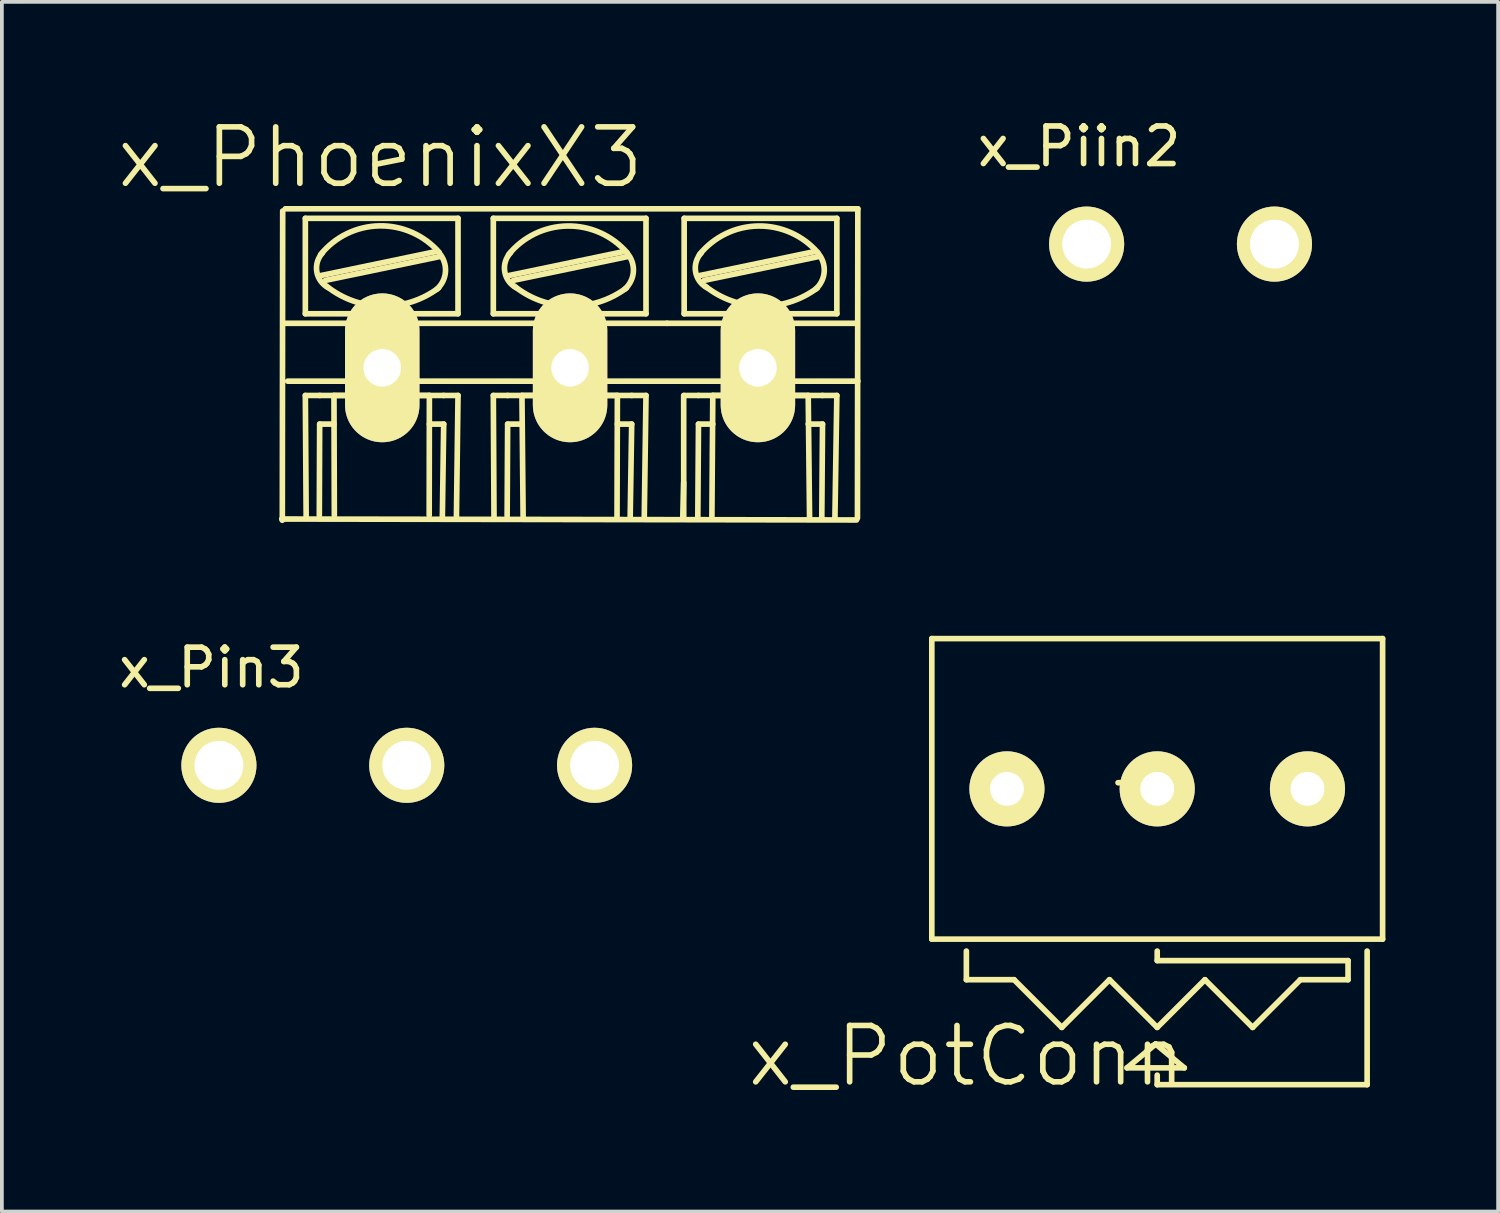
<source format=kicad_pcb>
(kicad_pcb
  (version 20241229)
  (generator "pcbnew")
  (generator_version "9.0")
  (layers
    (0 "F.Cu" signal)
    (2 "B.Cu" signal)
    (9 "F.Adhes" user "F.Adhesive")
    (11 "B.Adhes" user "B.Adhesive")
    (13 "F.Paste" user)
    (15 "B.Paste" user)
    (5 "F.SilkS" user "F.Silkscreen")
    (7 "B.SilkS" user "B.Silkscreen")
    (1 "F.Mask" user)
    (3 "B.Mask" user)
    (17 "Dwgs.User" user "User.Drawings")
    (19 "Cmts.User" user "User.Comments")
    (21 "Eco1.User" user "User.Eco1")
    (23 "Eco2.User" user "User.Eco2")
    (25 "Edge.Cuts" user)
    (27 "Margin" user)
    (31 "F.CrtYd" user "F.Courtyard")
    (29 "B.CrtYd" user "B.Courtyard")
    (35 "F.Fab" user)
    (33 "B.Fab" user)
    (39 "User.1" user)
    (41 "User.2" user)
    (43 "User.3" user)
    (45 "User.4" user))
  (footprint "x_PhoenixX3"
    (layer "F.Cu")
    (at 7.125 7.741)
    (property "Reference" "x_PhoenixX3" (at -0.05 -6.6 0) (layer "F.SilkS") (effects (font (size 1.5 1.5) (thickness 0.15))))
    (attr exclude_from_pos_files exclude_from_bom)
    (fp_line (start -2.675 3.025) (end 12.625 3.05) (stroke (width 0.15) (type solid)) (layer "F.SilkS"))
    (fp_line (start -2.65 -5.175) (end -2.66 3.058) (stroke (width 0.15) (type solid)) (layer "F.SilkS"))
    (fp_line (start -2.58 -5.233) (end 12.66 -5.233) (stroke (width 0.15) (type solid)) (layer "F.SilkS"))
    (fp_line (start -2.58 -2.185) (end 7.58 -2.185) (stroke (width 0.15) (type solid)) (layer "F.SilkS"))
    (fp_line (start -2.047 -2.439) (end -2.047 -4.979) (stroke (width 0.15) (type solid)) (layer "F.SilkS"))
    (fp_line (start -2.047 -0.264) (end -2.025 2.975) (stroke (width 0.15) (type solid)) (layer "F.SilkS"))
    (fp_line (start -2.047 -0.264) (end -1.666 -0.264) (stroke (width 0.15) (type solid)) (layer "F.SilkS"))
    (fp_line (start -1.675 2.925) (end -1.666 0.498) (stroke (width 0.15) (type solid)) (layer "F.SilkS"))
    (fp_line (start -1.666 0.498) (end -1.285 0.498) (stroke (width 0.15) (type solid)) (layer "F.SilkS"))
    (fp_line (start -1.64 -3.455) (end 1.41 -4.09) (stroke (width 0.15) (type solid)) (layer "F.SilkS"))
    (fp_line (start -1.513 -3.328) (end 1.535 -3.963) (stroke (width 0.15) (type solid)) (layer "F.SilkS"))
    (fp_line (start -1.285 -0.264) (end 1.255 -0.264) (stroke (width 0.15) (type solid)) (layer "F.SilkS"))
    (fp_line (start -1.275 2.925) (end -1.285 -0.264) (stroke (width 0.15) (type solid)) (layer "F.SilkS"))
    (fp_line (start 1.25 2.925) (end 1.255 -0.264) (stroke (width 0.15) (type solid)) (layer "F.SilkS"))
    (fp_line (start 1.6 2.975) (end 1.636 0.498) (stroke (width 0.15) (type solid)) (layer "F.SilkS"))
    (fp_line (start 1.636 -0.264) (end -1.666 -0.264) (stroke (width 0.15) (type solid)) (layer "F.SilkS"))
    (fp_line (start 1.636 0.498) (end 1.255 0.498) (stroke (width 0.15) (type solid)) (layer "F.SilkS"))
    (fp_line (start 1.975 2.95) (end 2.017 -0.264) (stroke (width 0.15) (type solid)) (layer "F.SilkS"))
    (fp_line (start 2.017 -4.979) (end -2.047 -4.979) (stroke (width 0.15) (type solid)) (layer "F.SilkS"))
    (fp_line (start 2.017 -2.439) (end -2.047 -2.439) (stroke (width 0.15) (type solid)) (layer "F.SilkS"))
    (fp_line (start 2.017 -2.439) (end 2.017 -4.979) (stroke (width 0.15) (type solid)) (layer "F.SilkS"))
    (fp_line (start 2.017 -0.264) (end 1.636 -0.264) (stroke (width 0.15) (type solid)) (layer "F.SilkS"))
    (fp_line (start 2.957 -4.979) (end 7.021 -4.979) (stroke (width 0.15) (type solid)) (layer "F.SilkS"))
    (fp_line (start 2.957 -2.439) (end 2.957 -4.979) (stroke (width 0.15) (type solid)) (layer "F.SilkS"))
    (fp_line (start 2.957 -0.264) (end 3.338 -0.264) (stroke (width 0.15) (type solid)) (layer "F.SilkS"))
    (fp_line (start 2.975 2.975) (end 2.957 -0.264) (stroke (width 0.15) (type solid)) (layer "F.SilkS"))
    (fp_line (start 3.325 2.95) (end 3.338 0.498) (stroke (width 0.15) (type solid)) (layer "F.SilkS"))
    (fp_line (start 3.338 -0.264) (end 6.64 -0.264) (stroke (width 0.15) (type solid)) (layer "F.SilkS"))
    (fp_line (start 3.338 0.498) (end 3.719 0.498) (stroke (width 0.15) (type solid)) (layer "F.SilkS"))
    (fp_line (start 3.364 -3.455) (end 6.412 -4.09) (stroke (width 0.15) (type solid)) (layer "F.SilkS"))
    (fp_line (start 3.491 -3.328) (end 6.539 -3.963) (stroke (width 0.15) (type solid)) (layer "F.SilkS"))
    (fp_line (start 3.719 -0.264) (end 6.259 -0.264) (stroke (width 0.15) (type solid)) (layer "F.SilkS"))
    (fp_line (start 3.75 2.95) (end 3.719 -0.264) (stroke (width 0.15) (type solid)) (layer "F.SilkS"))
    (fp_line (start 6.25 2.975) (end 6.259 -0.264) (stroke (width 0.15) (type solid)) (layer "F.SilkS"))
    (fp_line (start 6.6 2.975) (end 6.64 0.498) (stroke (width 0.15) (type solid)) (layer "F.SilkS"))
    (fp_line (start 6.64 0.498) (end 6.259 0.498) (stroke (width 0.15) (type solid)) (layer "F.SilkS"))
    (fp_line (start 7.021 -4.979) (end 7.021 -2.439) (stroke (width 0.15) (type solid)) (layer "F.SilkS"))
    (fp_line (start 7.021 -2.439) (end 2.957 -2.439) (stroke (width 0.15) (type solid)) (layer "F.SilkS"))
    (fp_line (start 7.021 -0.264) (end 6.64 -0.264) (stroke (width 0.15) (type solid)) (layer "F.SilkS"))
    (fp_line (start 7.021 -0.264) (end 6.975 2.975) (stroke (width 0.15) (type solid)) (layer "F.SilkS"))
    (fp_line (start 7.58 -2.185) (end 12.597 -2.185) (stroke (width 0.15) (type solid)) (layer "F.SilkS"))
    (fp_line (start 8.024 2.054) (end 8 3) (stroke (width 0.15) (type solid)) (layer "F.SilkS"))
    (fp_line (start 8.025 2.975) (end 8.024 -0.264) (stroke (width 0.15) (type solid)) (layer "F.SilkS"))
    (fp_line (start 8.037 -4.979) (end 12.101 -4.979) (stroke (width 0.15) (type solid)) (layer "F.SilkS"))
    (fp_line (start 8.037 -2.439) (end 8.037 -4.979) (stroke (width 0.15) (type solid)) (layer "F.SilkS"))
    (fp_line (start 8.037 -0.264) (end 8.418 -0.264) (stroke (width 0.15) (type solid)) (layer "F.SilkS"))
    (fp_line (start 8.4 3) (end 8.418 0.498) (stroke (width 0.15) (type solid)) (layer "F.SilkS"))
    (fp_line (start 8.418 -0.264) (end 11.72 -0.264) (stroke (width 0.15) (type solid)) (layer "F.SilkS"))
    (fp_line (start 8.418 0.498) (end 8.799 0.498) (stroke (width 0.15) (type solid)) (layer "F.SilkS"))
    (fp_line (start 8.444 -3.455) (end 11.492 -4.09) (stroke (width 0.15) (type solid)) (layer "F.SilkS"))
    (fp_line (start 8.571 -3.328) (end 11.619 -3.963) (stroke (width 0.15) (type solid)) (layer "F.SilkS"))
    (fp_line (start 8.775 2.975) (end 8.799 -0.264) (stroke (width 0.15) (type solid)) (layer "F.SilkS"))
    (fp_line (start 8.799 -0.264) (end 11.339 -0.264) (stroke (width 0.15) (type solid)) (layer "F.SilkS"))
    (fp_line (start 11.375 3) (end 11.339 -0.264) (stroke (width 0.15) (type solid)) (layer "F.SilkS"))
    (fp_line (start 11.7 3) (end 11.72 0.498) (stroke (width 0.15) (type solid)) (layer "F.SilkS"))
    (fp_line (start 11.72 0.498) (end 11.339 0.498) (stroke (width 0.15) (type solid)) (layer "F.SilkS"))
    (fp_line (start 12.101 -4.979) (end 12.101 -2.439) (stroke (width 0.15) (type solid)) (layer "F.SilkS"))
    (fp_line (start 12.101 -2.439) (end 8.037 -2.439) (stroke (width 0.15) (type solid)) (layer "F.SilkS"))
    (fp_line (start 12.101 -0.264) (end 11.72 -0.264) (stroke (width 0.15) (type solid)) (layer "F.SilkS"))
    (fp_line (start 12.101 -0.264) (end 12.05 3) (stroke (width 0.15) (type solid)) (layer "F.SilkS"))
    (fp_line (start 12.66 -5.233) (end 12.65 3) (stroke (width 0.15) (type solid)) (layer "F.SilkS"))
    (fp_line (start 12.66 -0.645) (end -2.517 -0.645) (stroke (width 0.15) (type solid)) (layer "F.SilkS"))
    (fp_arc (start -1.6402 -4.0138) (mid -0.075347 -4.778837) (end 1.516573 -4.071847) (stroke (width 0.15) (type solid)) (layer "F.SilkS"))
    (fp_arc (start -1.44462 -3.1375) (mid -1.742784 -3.563845) (end -1.58952 -4.061019) (stroke (width 0.15) (type solid)) (layer "F.SilkS"))
    (fp_arc (start 1.50178 -3.12734) (mid -0.000269 -2.640479) (end -1.485988 -3.175104) (stroke (width 0.15) (type solid)) (layer "F.SilkS"))
    (fp_arc (start 1.5094 -4.06206) (mid 1.683736 -3.565962) (end 1.45415 -3.09289) (stroke (width 0.15) (type solid)) (layer "F.SilkS"))
    (fp_arc (start 3.3636 -4.0138) (mid 4.926638 -4.774946) (end 6.514411 -4.066844) (stroke (width 0.15) (type solid)) (layer "F.SilkS"))
    (fp_arc (start 3.55664 -3.1375) (mid 3.259456 -3.565849) (end 3.414903 -4.063481) (stroke (width 0.15) (type solid)) (layer "F.SilkS"))
    (fp_arc (start 6.50304 -3.12734) (mid 5.000991 -2.640479) (end 3.515272 -3.175104) (stroke (width 0.15) (type solid)) (layer "F.SilkS"))
    (fp_arc (start 6.51066 -4.06206) (mid 6.685748 -3.567765) (end 6.457972 -3.095429) (stroke (width 0.15) (type solid)) (layer "F.SilkS"))
    (fp_arc (start 8.4436 -4.0138) (mid 10.006638 -4.774946) (end 11.594411 -4.066844) (stroke (width 0.15) (type solid)) (layer "F.SilkS"))
    (fp_arc (start 8.63664 -3.1375) (mid 8.339456 -3.565849) (end 8.494903 -4.063481) (stroke (width 0.15) (type solid)) (layer "F.SilkS"))
    (fp_arc (start 11.58304 -3.12734) (mid 10.080991 -2.640479) (end 8.595272 -3.175104) (stroke (width 0.15) (type solid)) (layer "F.SilkS"))
    (fp_arc (start 11.59066 -4.06206) (mid 11.765748 -3.567765) (end 11.537972 -3.095429) (stroke (width 0.15) (type solid)) (layer "F.SilkS"))
    (pad "1" thru_hole oval (at 10 -1) (size 1.981 3.962) (drill 1) (layers "*.Cu" "*.Mask" "F.SilkS"))
    (pad "2" thru_hole oval (at 5 -1) (size 1.981 3.962) (drill 1) (layers "*.Cu" "*.Mask" "F.SilkS"))
    (pad "3" thru_hole oval (at 0 -1) (size 1.981 3.962) (drill 1) (layers "*.Cu" "*.Mask" "F.SilkS")))
  (footprint "x_PotConn"
    (layer "F.Cu")
    (at 27.754 17.949)
    (property "Reference" "x_PotConn" (at -5.08 7.112 0) (layer "F.SilkS") (effects (font (size 1.5 1.5) (thickness 0.15))))
    (attr exclude_from_pos_files exclude_from_bom)
    (fp_line (start -6 -4) (end -6 4) (stroke (width 0.15) (type solid)) (layer "F.SilkS"))
    (fp_line (start -6 -4) (end 6 -4) (stroke (width 0.15) (type solid)) (layer "F.SilkS"))
    (fp_line (start -6 4) (end 6 4) (stroke (width 0.15) (type solid)) (layer "F.SilkS"))
    (fp_line (start -5.08 5.08) (end -5.08 4.318) (stroke (width 0.15) (type solid)) (layer "F.SilkS"))
    (fp_line (start -5.08 5.08) (end -3.81 5.08) (stroke (width 0.15) (type solid)) (layer "F.SilkS"))
    (fp_line (start -3.81 5.08) (end -2.54 6.35) (stroke (width 0.15) (type solid)) (layer "F.SilkS"))
    (fp_line (start -2.54 6.35) (end -1.27 5.08) (stroke (width 0.15) (type solid)) (layer "F.SilkS"))
    (fp_line (start -1.27 5.08) (end 0 6.35) (stroke (width 0.15) (type solid)) (layer "F.SilkS"))
    (fp_line (start -1.043 -0.164) (end -0.662 -0.164) (stroke (width 0.15) (type solid)) (layer "F.SilkS"))
    (fp_line (start -0.803 7.427) (end 0.721 7.427) (stroke (width 0.15) (type solid)) (layer "F.SilkS"))
    (fp_line (start -0.662 0.598) (end -0.281 0.598) (stroke (width 0.15) (type solid)) (layer "F.SilkS"))
    (fp_line (start -0.041 6.792) (end -0.803 7.427) (stroke (width 0.15) (type solid)) (layer "F.SilkS"))
    (fp_line (start 0 4.572) (end 0 4.318) (stroke (width 0.15) (type solid)) (layer "F.SilkS"))
    (fp_line (start 0 6.35) (end 1.27 5.08) (stroke (width 0.15) (type solid)) (layer "F.SilkS"))
    (fp_line (start 0 7.874) (end 0 7.62) (stroke (width 0.15) (type solid)) (layer "F.SilkS"))
    (fp_line (start 0 7.874) (end 5.588 7.874) (stroke (width 0.15) (type solid)) (layer "F.SilkS"))
    (fp_line (start 0.721 7.427) (end -0.041 6.792) (stroke (width 0.15) (type solid)) (layer "F.SilkS"))
    (fp_line (start 1.27 5.08) (end 2.54 6.35) (stroke (width 0.15) (type solid)) (layer "F.SilkS"))
    (fp_line (start 2.54 6.35) (end 3.81 5.08) (stroke (width 0.15) (type solid)) (layer "F.SilkS"))
    (fp_line (start 3.81 5.08) (end 5.08 5.08) (stroke (width 0.15) (type solid)) (layer "F.SilkS"))
    (fp_line (start 5.08 4.572) (end 0 4.572) (stroke (width 0.15) (type solid)) (layer "F.SilkS"))
    (fp_line (start 5.08 5.08) (end 5.08 4.572) (stroke (width 0.15) (type solid)) (layer "F.SilkS"))
    (fp_line (start 5.588 7.874) (end 5.588 4.318) (stroke (width 0.15) (type solid)) (layer "F.SilkS"))
    (fp_line (start 6 -4) (end 6 4) (stroke (width 0.15) (type solid)) (layer "F.SilkS"))
    (pad "1" thru_hole oval (at -4 0) (size 2 2) (drill 0.9) (layers "*.Cu" "B.Mask" "F.SilkS"))
    (pad "2" thru_hole oval (at 0 0) (size 2 2) (drill 0.9) (layers "*.Cu" "B.Mask" "F.SilkS"))
    (pad "3" thru_hole oval (at 4 0) (size 2 2) (drill 0.9) (layers "*.Cu" "B.Mask" "F.SilkS")))
  (footprint "x_Piin2"
    (layer "F.Cu")
    (at 25.875 3.448)
    (property "Reference" "x_Piin2" (at -0.2 -2.6 0) (layer "F.SilkS") (effects (font (size 1 1) (thickness 0.15))))
    (attr exclude_from_pos_files exclude_from_bom)
    (pad "1" thru_hole oval (at 0 0) (size 2 2) (drill 1.3) (layers "*.Cu" "F.Mask" "F.SilkS" "F.Paste"))
    (pad "2" thru_hole oval (at 5 0) (size 2 2) (drill 1.3) (layers "*.Cu" "F.Mask" "F.SilkS" "F.Paste")))
  (footprint "x_Pin3"
    (layer "F.Cu")
    (at 2.777 17.322)
    (property "Reference" "x_Pin3" (at -0.2 -2.6 0) (layer "F.SilkS") (effects (font (size 1 1) (thickness 0.15))))
    (attr exclude_from_pos_files exclude_from_bom)
    (pad "1" thru_hole oval (at 0 0) (size 2 2) (drill 1.3) (layers "*.Cu" "F.Mask" "F.SilkS" "F.Paste"))
    (pad "2" thru_hole oval (at 5 0) (size 2 2) (drill 1.3) (layers "*.Cu" "F.Mask" "F.SilkS" "F.Paste"))
    (pad "3" thru_hole oval (at 10 0) (size 2 2) (drill 1.3) (layers "*.Cu" "F.Mask" "F.SilkS" "F.Paste")))
  (gr_rect
    (start -3 -3)
    (end 36.829 29.201)
    (stroke (width 0.1) (type default))
    (fill no)
    (layer "Edge.Cuts")))
</source>
